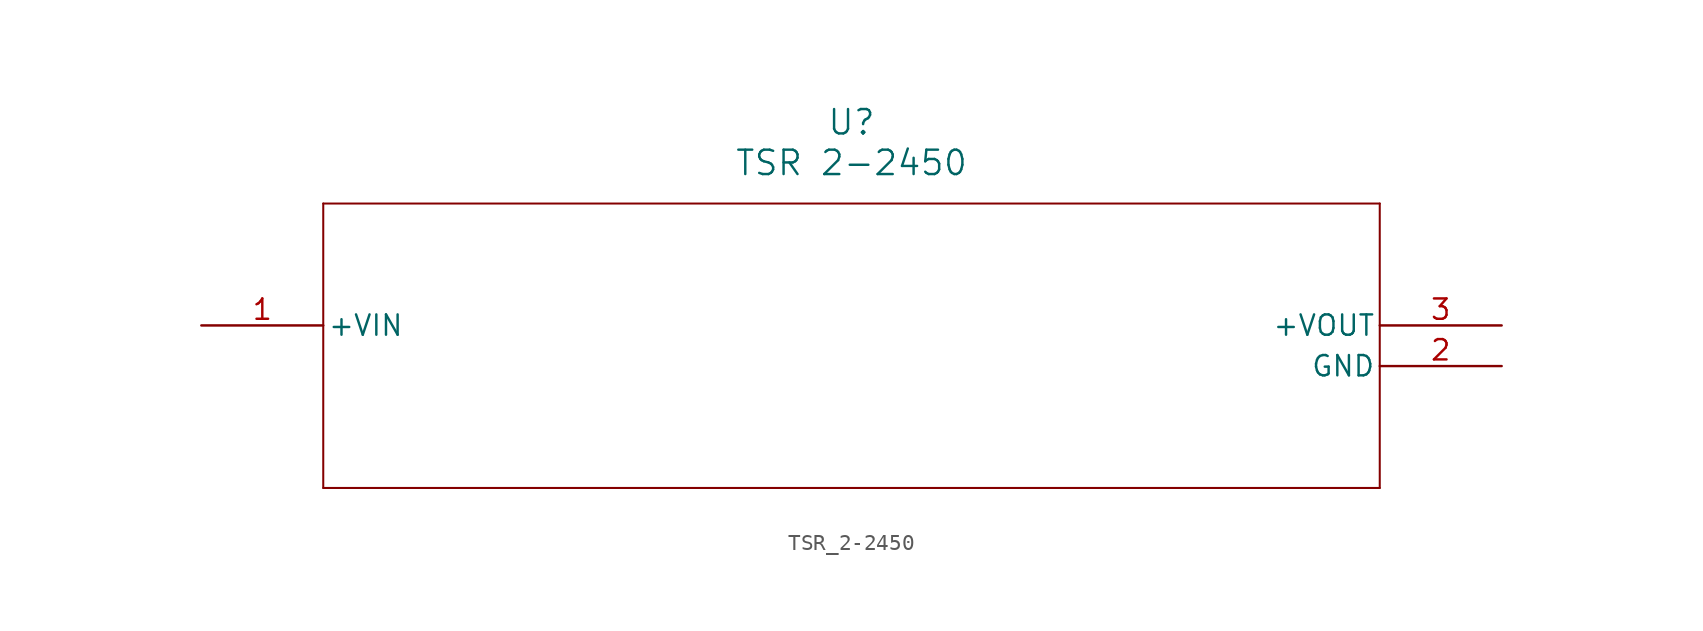
<source format=kicad_sym>
(kicad_symbol_lib
  (version 20211014)
  (generator kicad_symbol_editor)
  (symbol "TSR_2-2450"
    (pin_names
      (offset 0.254))
    (property "Reference" "U"
      (at 40.64 12.7 0)
      (effects (font (size 1.524 1.524))))
    (property "Value" "TSR 2-2450"
      (at 40.64 10.16 0)
      (effects (font (size 1.524 1.524))))
    (symbol "TSR_2-2450_0_1"
      (polyline (pts (xy 7.62 7.62) (xy 7.62 -10.16)) (stroke (width 0.127) (type default) (color 0 0 0 0)) (fill (type none)))
      (polyline (pts (xy 7.62 -10.16) (xy 73.66 -10.16)) (stroke (width 0.127) (type default) (color 0 0 0 0)) (fill (type none)))
      (polyline (pts (xy 73.66 -10.16) (xy 73.66 7.62)) (stroke (width 0.127) (type default) (color 0 0 0 0)) (fill (type none)))
      (polyline (pts (xy 73.66 7.62) (xy 7.62 7.62)) (stroke (width 0.127) (type default) (color 0 0 0 0)) (fill (type none)))
      (pin power_in line (at 0 0 0) (length 7.62) (name "+VIN" (effects (font (size 1.27 1.27)))) (number "1" (effects (font (size 1.27 1.27)))))
      (pin power_out line (at 81.28 -2.54 180) (length 7.62) (name "GND" (effects (font (size 1.27 1.27)))) (number "2" (effects (font (size 1.27 1.27)))))
      (pin output line (at 81.28 0 180) (length 7.62) (name "+VOUT" (effects (font (size 1.27 1.27)))) (number "3" (effects (font (size 1.27 1.27))))))))
</source>
